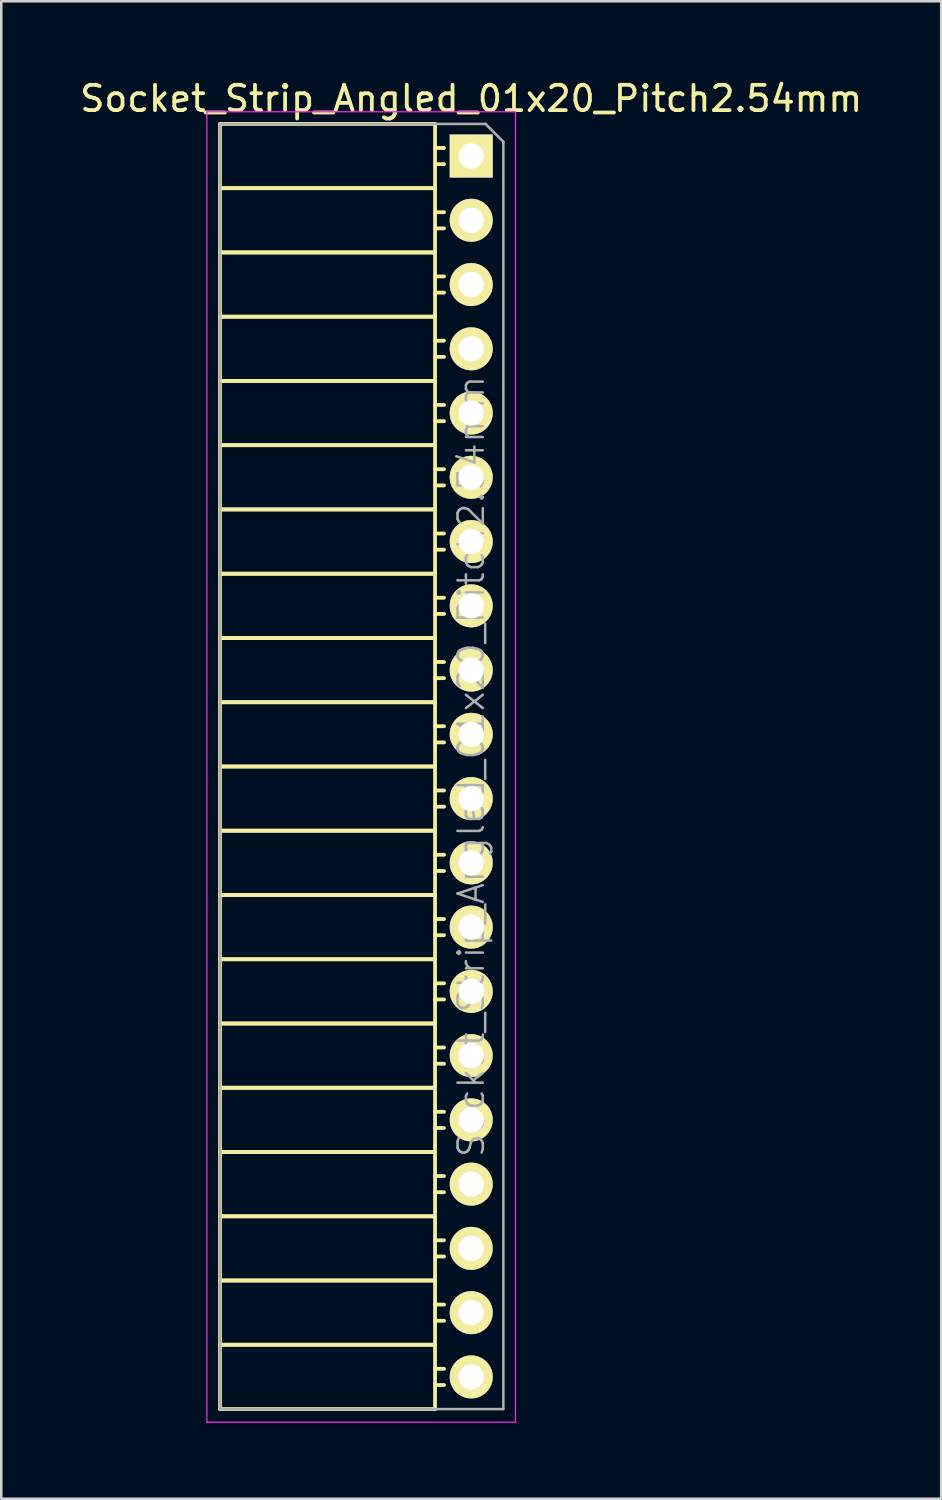
<source format=kicad_pcb>
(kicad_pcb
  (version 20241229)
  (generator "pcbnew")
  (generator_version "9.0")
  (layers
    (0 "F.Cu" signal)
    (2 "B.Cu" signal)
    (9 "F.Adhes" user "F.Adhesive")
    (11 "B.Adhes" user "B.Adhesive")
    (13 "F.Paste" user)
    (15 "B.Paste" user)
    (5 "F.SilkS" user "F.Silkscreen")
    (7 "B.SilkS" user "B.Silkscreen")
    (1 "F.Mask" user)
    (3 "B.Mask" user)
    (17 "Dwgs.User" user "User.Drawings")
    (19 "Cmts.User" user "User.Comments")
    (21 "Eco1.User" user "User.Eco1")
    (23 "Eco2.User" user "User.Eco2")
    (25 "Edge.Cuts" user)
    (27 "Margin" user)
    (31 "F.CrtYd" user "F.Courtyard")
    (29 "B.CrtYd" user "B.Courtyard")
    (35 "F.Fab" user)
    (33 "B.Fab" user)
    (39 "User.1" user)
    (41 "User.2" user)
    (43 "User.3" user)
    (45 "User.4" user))
  (footprint "Socket_Strip_Angled_01x20_Pitch2.54mm"
    (layer "F.Cu")
    (at 15.577 3.118)
    (property "Reference" "Socket_Strip_Angled_01x20_Pitch2.54mm" (at 0 -2.27 0) (layer "F.SilkS") (effects (font (size 1 1) (thickness 0.15))))
    (attr smd)
    (fp_line (start -9.93 -1.27) (end -9.93 1.27) (stroke (width 0.15) (type solid)) (layer "F.SilkS"))
    (fp_line (start -9.93 -1.27) (end -1.43 -1.27) (stroke (width 0.15) (type solid)) (layer "F.SilkS"))
    (fp_line (start -9.93 1.27) (end -9.93 3.81) (stroke (width 0.15) (type solid)) (layer "F.SilkS"))
    (fp_line (start -9.93 1.27) (end -1.43 1.27) (stroke (width 0.15) (type solid)) (layer "F.SilkS"))
    (fp_line (start -9.93 1.27) (end -1.43 1.27) (stroke (width 0.15) (type solid)) (layer "F.SilkS"))
    (fp_line (start -9.93 3.81) (end -9.93 6.35) (stroke (width 0.15) (type solid)) (layer "F.SilkS"))
    (fp_line (start -9.93 3.81) (end -1.43 3.81) (stroke (width 0.15) (type solid)) (layer "F.SilkS"))
    (fp_line (start -9.93 3.81) (end -1.43 3.81) (stroke (width 0.15) (type solid)) (layer "F.SilkS"))
    (fp_line (start -9.93 6.35) (end -9.93 8.89) (stroke (width 0.15) (type solid)) (layer "F.SilkS"))
    (fp_line (start -9.93 6.35) (end -1.43 6.35) (stroke (width 0.15) (type solid)) (layer "F.SilkS"))
    (fp_line (start -9.93 6.35) (end -1.43 6.35) (stroke (width 0.15) (type solid)) (layer "F.SilkS"))
    (fp_line (start -9.93 8.89) (end -9.93 11.43) (stroke (width 0.15) (type solid)) (layer "F.SilkS"))
    (fp_line (start -9.93 8.89) (end -1.43 8.89) (stroke (width 0.15) (type solid)) (layer "F.SilkS"))
    (fp_line (start -9.93 8.89) (end -1.43 8.89) (stroke (width 0.15) (type solid)) (layer "F.SilkS"))
    (fp_line (start -9.93 11.43) (end -9.93 13.97) (stroke (width 0.15) (type solid)) (layer "F.SilkS"))
    (fp_line (start -9.93 11.43) (end -1.43 11.43) (stroke (width 0.15) (type solid)) (layer "F.SilkS"))
    (fp_line (start -9.93 11.43) (end -1.43 11.43) (stroke (width 0.15) (type solid)) (layer "F.SilkS"))
    (fp_line (start -9.93 13.97) (end -9.93 16.51) (stroke (width 0.15) (type solid)) (layer "F.SilkS"))
    (fp_line (start -9.93 13.97) (end -1.43 13.97) (stroke (width 0.15) (type solid)) (layer "F.SilkS"))
    (fp_line (start -9.93 13.97) (end -1.43 13.97) (stroke (width 0.15) (type solid)) (layer "F.SilkS"))
    (fp_line (start -9.93 16.51) (end -9.93 19.05) (stroke (width 0.15) (type solid)) (layer "F.SilkS"))
    (fp_line (start -9.93 16.51) (end -1.43 16.51) (stroke (width 0.15) (type solid)) (layer "F.SilkS"))
    (fp_line (start -9.93 16.51) (end -1.43 16.51) (stroke (width 0.15) (type solid)) (layer "F.SilkS"))
    (fp_line (start -9.93 19.05) (end -9.93 21.59) (stroke (width 0.15) (type solid)) (layer "F.SilkS"))
    (fp_line (start -9.93 19.05) (end -1.43 19.05) (stroke (width 0.15) (type solid)) (layer "F.SilkS"))
    (fp_line (start -9.93 19.05) (end -1.43 19.05) (stroke (width 0.15) (type solid)) (layer "F.SilkS"))
    (fp_line (start -9.93 21.59) (end -9.93 24.13) (stroke (width 0.15) (type solid)) (layer "F.SilkS"))
    (fp_line (start -9.93 21.59) (end -1.43 21.59) (stroke (width 0.15) (type solid)) (layer "F.SilkS"))
    (fp_line (start -9.93 21.59) (end -1.43 21.59) (stroke (width 0.15) (type solid)) (layer "F.SilkS"))
    (fp_line (start -9.93 24.13) (end -9.93 26.67) (stroke (width 0.15) (type solid)) (layer "F.SilkS"))
    (fp_line (start -9.93 24.13) (end -1.43 24.13) (stroke (width 0.15) (type solid)) (layer "F.SilkS"))
    (fp_line (start -9.93 24.13) (end -1.43 24.13) (stroke (width 0.15) (type solid)) (layer "F.SilkS"))
    (fp_line (start -9.93 26.67) (end -9.93 29.21) (stroke (width 0.15) (type solid)) (layer "F.SilkS"))
    (fp_line (start -9.93 26.67) (end -1.43 26.67) (stroke (width 0.15) (type solid)) (layer "F.SilkS"))
    (fp_line (start -9.93 26.67) (end -1.43 26.67) (stroke (width 0.15) (type solid)) (layer "F.SilkS"))
    (fp_line (start -9.93 29.21) (end -9.93 31.75) (stroke (width 0.15) (type solid)) (layer "F.SilkS"))
    (fp_line (start -9.93 29.21) (end -1.43 29.21) (stroke (width 0.15) (type solid)) (layer "F.SilkS"))
    (fp_line (start -9.93 29.21) (end -1.43 29.21) (stroke (width 0.15) (type solid)) (layer "F.SilkS"))
    (fp_line (start -9.93 31.75) (end -9.93 34.29) (stroke (width 0.15) (type solid)) (layer "F.SilkS"))
    (fp_line (start -9.93 31.75) (end -1.43 31.75) (stroke (width 0.15) (type solid)) (layer "F.SilkS"))
    (fp_line (start -9.93 31.75) (end -1.43 31.75) (stroke (width 0.15) (type solid)) (layer "F.SilkS"))
    (fp_line (start -9.93 34.29) (end -9.93 36.83) (stroke (width 0.15) (type solid)) (layer "F.SilkS"))
    (fp_line (start -9.93 34.29) (end -1.43 34.29) (stroke (width 0.15) (type solid)) (layer "F.SilkS"))
    (fp_line (start -9.93 34.29) (end -1.43 34.29) (stroke (width 0.15) (type solid)) (layer "F.SilkS"))
    (fp_line (start -9.93 36.83) (end -9.93 39.37) (stroke (width 0.15) (type solid)) (layer "F.SilkS"))
    (fp_line (start -9.93 36.83) (end -1.43 36.83) (stroke (width 0.15) (type solid)) (layer "F.SilkS"))
    (fp_line (start -9.93 36.83) (end -1.43 36.83) (stroke (width 0.15) (type solid)) (layer "F.SilkS"))
    (fp_line (start -9.93 39.37) (end -9.93 41.91) (stroke (width 0.15) (type solid)) (layer "F.SilkS"))
    (fp_line (start -9.93 39.37) (end -1.43 39.37) (stroke (width 0.15) (type solid)) (layer "F.SilkS"))
    (fp_line (start -9.93 39.37) (end -1.43 39.37) (stroke (width 0.15) (type solid)) (layer "F.SilkS"))
    (fp_line (start -9.93 41.91) (end -9.93 44.45) (stroke (width 0.15) (type solid)) (layer "F.SilkS"))
    (fp_line (start -9.93 41.91) (end -1.43 41.91) (stroke (width 0.15) (type solid)) (layer "F.SilkS"))
    (fp_line (start -9.93 41.91) (end -1.43 41.91) (stroke (width 0.15) (type solid)) (layer "F.SilkS"))
    (fp_line (start -9.93 44.45) (end -9.93 46.99) (stroke (width 0.15) (type solid)) (layer "F.SilkS"))
    (fp_line (start -9.93 44.45) (end -1.43 44.45) (stroke (width 0.15) (type solid)) (layer "F.SilkS"))
    (fp_line (start -9.93 44.45) (end -1.43 44.45) (stroke (width 0.15) (type solid)) (layer "F.SilkS"))
    (fp_line (start -9.93 46.99) (end -9.93 49.53) (stroke (width 0.15) (type solid)) (layer "F.SilkS"))
    (fp_line (start -9.93 46.99) (end -1.43 46.99) (stroke (width 0.15) (type solid)) (layer "F.SilkS"))
    (fp_line (start -9.93 46.99) (end -1.43 46.99) (stroke (width 0.15) (type solid)) (layer "F.SilkS"))
    (fp_line (start -9.93 49.53) (end -1.43 49.53) (stroke (width 0.15) (type solid)) (layer "F.SilkS"))
    (fp_line (start -1.43 -1.27) (end -1.43 1.27) (stroke (width 0.15) (type solid)) (layer "F.SilkS"))
    (fp_line (start -1.43 -0.32) (end -1.075 -0.32) (stroke (width 0.15) (type solid)) (layer "F.SilkS"))
    (fp_line (start -1.43 0.32) (end -1.075 0.32) (stroke (width 0.15) (type solid)) (layer "F.SilkS"))
    (fp_line (start -1.43 1.27) (end -1.43 3.81) (stroke (width 0.15) (type solid)) (layer "F.SilkS"))
    (fp_line (start -1.43 2.22) (end -1.075 2.22) (stroke (width 0.15) (type solid)) (layer "F.SilkS"))
    (fp_line (start -1.43 2.86) (end -1.075 2.86) (stroke (width 0.15) (type solid)) (layer "F.SilkS"))
    (fp_line (start -1.43 3.81) (end -1.43 6.35) (stroke (width 0.15) (type solid)) (layer "F.SilkS"))
    (fp_line (start -1.43 4.76) (end -1.075 4.76) (stroke (width 0.15) (type solid)) (layer "F.SilkS"))
    (fp_line (start -1.43 5.4) (end -1.075 5.4) (stroke (width 0.15) (type solid)) (layer "F.SilkS"))
    (fp_line (start -1.43 6.35) (end -1.43 8.89) (stroke (width 0.15) (type solid)) (layer "F.SilkS"))
    (fp_line (start -1.43 7.3) (end -1.075 7.3) (stroke (width 0.15) (type solid)) (layer "F.SilkS"))
    (fp_line (start -1.43 7.94) (end -1.075 7.94) (stroke (width 0.15) (type solid)) (layer "F.SilkS"))
    (fp_line (start -1.43 8.89) (end -1.43 11.43) (stroke (width 0.15) (type solid)) (layer "F.SilkS"))
    (fp_line (start -1.43 9.84) (end -1.075 9.84) (stroke (width 0.15) (type solid)) (layer "F.SilkS"))
    (fp_line (start -1.43 10.48) (end -1.075 10.48) (stroke (width 0.15) (type solid)) (layer "F.SilkS"))
    (fp_line (start -1.43 11.43) (end -1.43 13.97) (stroke (width 0.15) (type solid)) (layer "F.SilkS"))
    (fp_line (start -1.43 12.38) (end -1.075 12.38) (stroke (width 0.15) (type solid)) (layer "F.SilkS"))
    (fp_line (start -1.43 13.02) (end -1.075 13.02) (stroke (width 0.15) (type solid)) (layer "F.SilkS"))
    (fp_line (start -1.43 13.97) (end -1.43 16.51) (stroke (width 0.15) (type solid)) (layer "F.SilkS"))
    (fp_line (start -1.43 14.92) (end -1.075 14.92) (stroke (width 0.15) (type solid)) (layer "F.SilkS"))
    (fp_line (start -1.43 15.56) (end -1.075 15.56) (stroke (width 0.15) (type solid)) (layer "F.SilkS"))
    (fp_line (start -1.43 16.51) (end -1.43 19.05) (stroke (width 0.15) (type solid)) (layer "F.SilkS"))
    (fp_line (start -1.43 17.46) (end -1.075 17.46) (stroke (width 0.15) (type solid)) (layer "F.SilkS"))
    (fp_line (start -1.43 18.1) (end -1.075 18.1) (stroke (width 0.15) (type solid)) (layer "F.SilkS"))
    (fp_line (start -1.43 19.05) (end -1.43 21.59) (stroke (width 0.15) (type solid)) (layer "F.SilkS"))
    (fp_line (start -1.43 20) (end -1.075 20) (stroke (width 0.15) (type solid)) (layer "F.SilkS"))
    (fp_line (start -1.43 20.64) (end -1.075 20.64) (stroke (width 0.15) (type solid)) (layer "F.SilkS"))
    (fp_line (start -1.43 21.59) (end -1.43 24.13) (stroke (width 0.15) (type solid)) (layer "F.SilkS"))
    (fp_line (start -1.43 22.54) (end -1.075 22.54) (stroke (width 0.15) (type solid)) (layer "F.SilkS"))
    (fp_line (start -1.43 23.18) (end -1.075 23.18) (stroke (width 0.15) (type solid)) (layer "F.SilkS"))
    (fp_line (start -1.43 24.13) (end -1.43 26.67) (stroke (width 0.15) (type solid)) (layer "F.SilkS"))
    (fp_line (start -1.43 25.08) (end -1.075 25.08) (stroke (width 0.15) (type solid)) (layer "F.SilkS"))
    (fp_line (start -1.43 25.72) (end -1.075 25.72) (stroke (width 0.15) (type solid)) (layer "F.SilkS"))
    (fp_line (start -1.43 26.67) (end -1.43 29.21) (stroke (width 0.15) (type solid)) (layer "F.SilkS"))
    (fp_line (start -1.43 27.62) (end -1.075 27.62) (stroke (width 0.15) (type solid)) (layer "F.SilkS"))
    (fp_line (start -1.43 28.26) (end -1.075 28.26) (stroke (width 0.15) (type solid)) (layer "F.SilkS"))
    (fp_line (start -1.43 29.21) (end -1.43 31.75) (stroke (width 0.15) (type solid)) (layer "F.SilkS"))
    (fp_line (start -1.43 30.16) (end -1.075 30.16) (stroke (width 0.15) (type solid)) (layer "F.SilkS"))
    (fp_line (start -1.43 30.8) (end -1.075 30.8) (stroke (width 0.15) (type solid)) (layer "F.SilkS"))
    (fp_line (start -1.43 31.75) (end -1.43 34.29) (stroke (width 0.15) (type solid)) (layer "F.SilkS"))
    (fp_line (start -1.43 32.7) (end -1.075 32.7) (stroke (width 0.15) (type solid)) (layer "F.SilkS"))
    (fp_line (start -1.43 33.34) (end -1.075 33.34) (stroke (width 0.15) (type solid)) (layer "F.SilkS"))
    (fp_line (start -1.43 34.29) (end -1.43 36.83) (stroke (width 0.15) (type solid)) (layer "F.SilkS"))
    (fp_line (start -1.43 35.24) (end -1.075 35.24) (stroke (width 0.15) (type solid)) (layer "F.SilkS"))
    (fp_line (start -1.43 35.88) (end -1.075 35.88) (stroke (width 0.15) (type solid)) (layer "F.SilkS"))
    (fp_line (start -1.43 36.83) (end -1.43 39.37) (stroke (width 0.15) (type solid)) (layer "F.SilkS"))
    (fp_line (start -1.43 37.78) (end -1.075 37.78) (stroke (width 0.15) (type solid)) (layer "F.SilkS"))
    (fp_line (start -1.43 38.42) (end -1.075 38.42) (stroke (width 0.15) (type solid)) (layer "F.SilkS"))
    (fp_line (start -1.43 39.37) (end -1.43 41.91) (stroke (width 0.15) (type solid)) (layer "F.SilkS"))
    (fp_line (start -1.43 40.32) (end -1.075 40.32) (stroke (width 0.15) (type solid)) (layer "F.SilkS"))
    (fp_line (start -1.43 40.96) (end -1.075 40.96) (stroke (width 0.15) (type solid)) (layer "F.SilkS"))
    (fp_line (start -1.43 41.91) (end -1.43 44.45) (stroke (width 0.15) (type solid)) (layer "F.SilkS"))
    (fp_line (start -1.43 42.86) (end -1.075 42.86) (stroke (width 0.15) (type solid)) (layer "F.SilkS"))
    (fp_line (start -1.43 43.5) (end -1.075 43.5) (stroke (width 0.15) (type solid)) (layer "F.SilkS"))
    (fp_line (start -1.43 44.45) (end -1.43 46.99) (stroke (width 0.15) (type solid)) (layer "F.SilkS"))
    (fp_line (start -1.43 45.4) (end -1.075 45.4) (stroke (width 0.15) (type solid)) (layer "F.SilkS"))
    (fp_line (start -1.43 46.04) (end -1.075 46.04) (stroke (width 0.15) (type solid)) (layer "F.SilkS"))
    (fp_line (start -1.43 46.99) (end -1.43 49.53) (stroke (width 0.15) (type solid)) (layer "F.SilkS"))
    (fp_line (start -1.43 47.94) (end -1.075 47.94) (stroke (width 0.15) (type solid)) (layer "F.SilkS"))
    (fp_line (start -1.43 48.58) (end -1.075 48.58) (stroke (width 0.15) (type solid)) (layer "F.SilkS"))
    (fp_line (start -10.45 -1.75) (end 1.75 -1.75) (stroke (width 0.05) (type solid)) (layer "F.CrtYd"))
    (fp_line (start -10.45 50.05) (end -10.45 -1.75) (stroke (width 0.05) (type solid)) (layer "F.CrtYd"))
    (fp_line (start -10.45 50.05) (end 1.75 50.05) (stroke (width 0.05) (type solid)) (layer "F.CrtYd"))
    (fp_line (start 1.75 50.05) (end 1.75 -1.75) (stroke (width 0.05) (type solid)) (layer "F.CrtYd"))
    (fp_line (start -9.93 -1.27) (end 0.563 -1.27) (stroke (width 0.1) (type solid)) (layer "F.Fab"))
    (fp_line (start -9.93 49.53) (end -9.93 -1.27) (stroke (width 0.1) (type solid)) (layer "F.Fab"))
    (fp_line (start -9.93 49.53) (end 1.27 49.53) (stroke (width 0.1) (type solid)) (layer "F.Fab"))
    (fp_line (start 1.27 -0.563) (end 0.563 -1.27) (stroke (width 0.1) (type solid)) (layer "F.Fab"))
    (fp_line (start 1.27 49.53) (end 1.27 -0.563) (stroke (width 0.1) (type solid)) (layer "F.Fab"))
    (fp_text user "${REFERENCE}" (at 0 24.13 90) (layer "F.Fab") (effects (font (size 1 1) (thickness 0.1))))
    (pad "1" thru_hole rect (at 0 0) (size 1.7 1.7) (drill 1) (layers "*.Cu" "*.Mask" "F.SilkS"))
    (pad "2" thru_hole oval (at 0 2.54) (size 1.7 1.7) (drill 1) (layers "*.Cu" "*.Mask" "F.SilkS"))
    (pad "3" thru_hole oval (at 0 5.08) (size 1.7 1.7) (drill 1) (layers "*.Cu" "*.Mask" "F.SilkS"))
    (pad "4" thru_hole oval (at 0 7.62) (size 1.7 1.7) (drill 1) (layers "*.Cu" "*.Mask" "F.SilkS"))
    (pad "5" thru_hole oval (at 0 10.16) (size 1.7 1.7) (drill 1) (layers "*.Cu" "*.Mask" "F.SilkS"))
    (pad "6" thru_hole oval (at 0 12.7) (size 1.7 1.7) (drill 1) (layers "*.Cu" "*.Mask" "F.SilkS"))
    (pad "7" thru_hole oval (at 0 15.24) (size 1.7 1.7) (drill 1) (layers "*.Cu" "*.Mask" "F.SilkS"))
    (pad "8" thru_hole oval (at 0 17.78) (size 1.7 1.7) (drill 1) (layers "*.Cu" "*.Mask" "F.SilkS"))
    (pad "9" thru_hole oval (at 0 20.32) (size 1.7 1.7) (drill 1) (layers "*.Cu" "*.Mask" "F.SilkS"))
    (pad "10" thru_hole oval (at 0 22.86) (size 1.7 1.7) (drill 1) (layers "*.Cu" "*.Mask" "F.SilkS"))
    (pad "11" thru_hole oval (at 0 25.4) (size 1.7 1.7) (drill 1) (layers "*.Cu" "*.Mask" "F.SilkS"))
    (pad "12" thru_hole oval (at 0 27.94) (size 1.7 1.7) (drill 1) (layers "*.Cu" "*.Mask" "F.SilkS"))
    (pad "13" thru_hole oval (at 0 30.48) (size 1.7 1.7) (drill 1) (layers "*.Cu" "*.Mask" "F.SilkS"))
    (pad "14" thru_hole oval (at 0 33.02) (size 1.7 1.7) (drill 1) (layers "*.Cu" "*.Mask" "F.SilkS"))
    (pad "15" thru_hole oval (at 0 35.56) (size 1.7 1.7) (drill 1) (layers "*.Cu" "*.Mask" "F.SilkS"))
    (pad "16" thru_hole oval (at 0 38.1) (size 1.7 1.7) (drill 1) (layers "*.Cu" "*.Mask" "F.SilkS"))
    (pad "17" thru_hole oval (at 0 40.64) (size 1.7 1.7) (drill 1) (layers "*.Cu" "*.Mask" "F.SilkS"))
    (pad "18" thru_hole oval (at 0 43.18) (size 1.7 1.7) (drill 1) (layers "*.Cu" "*.Mask" "F.SilkS"))
    (pad "19" thru_hole oval (at 0 45.72) (size 1.7 1.7) (drill 1) (layers "*.Cu" "*.Mask" "F.SilkS"))
    (pad "20" thru_hole oval (at 0 48.26) (size 1.7 1.7) (drill 1) (layers "*.Cu" "*.Mask" "F.SilkS")))
  (gr_rect
    (start -3 -3)
    (end 34.155 56.193)
    (stroke (width 0.1) (type default))
    (fill no)
    (layer "Edge.Cuts")))
</source>
